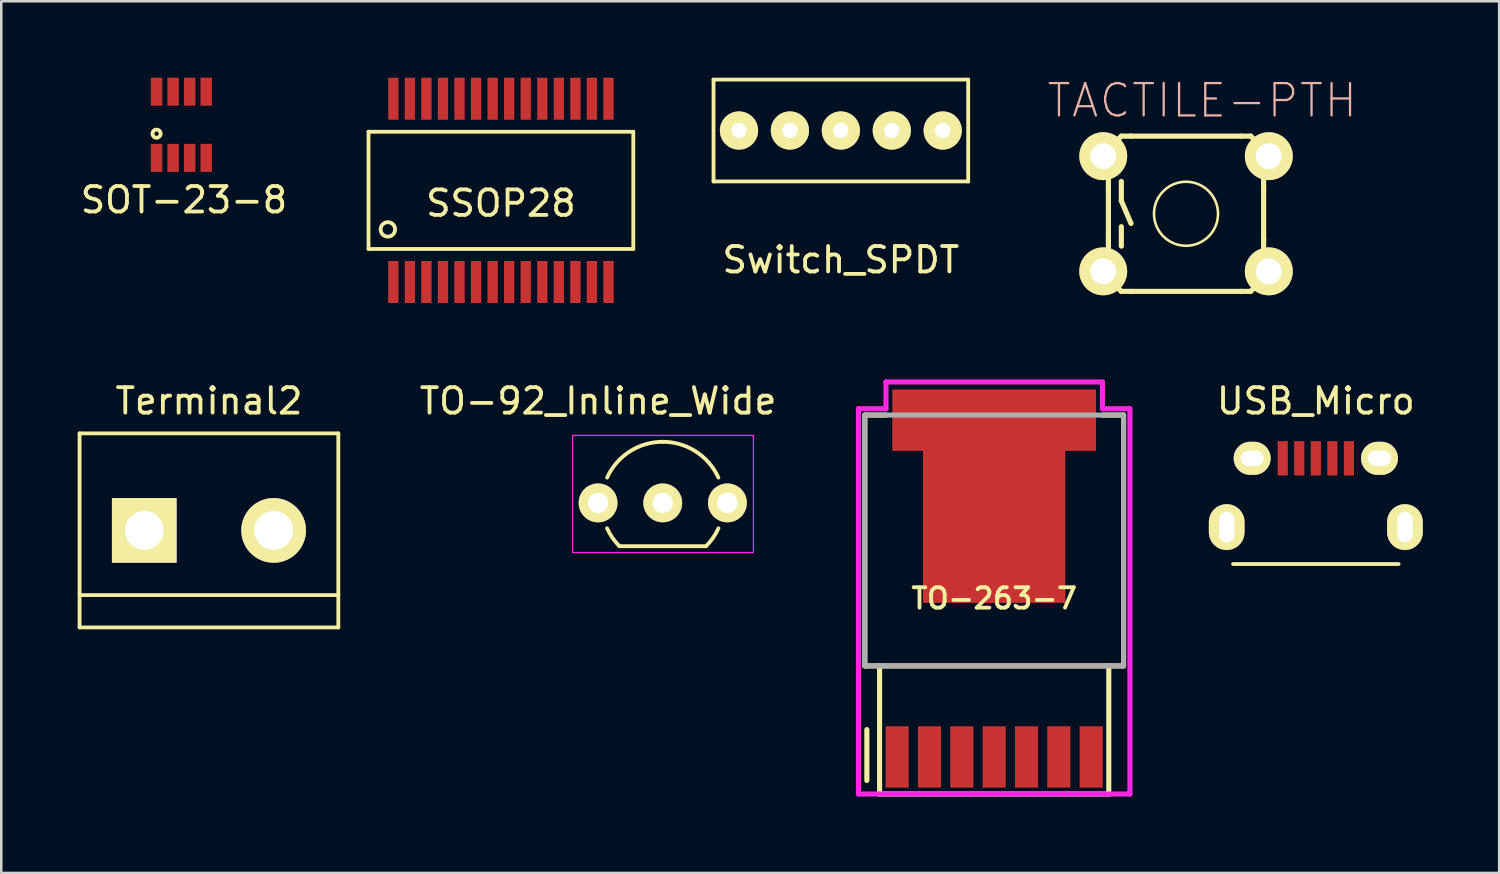
<source format=kicad_pcb>
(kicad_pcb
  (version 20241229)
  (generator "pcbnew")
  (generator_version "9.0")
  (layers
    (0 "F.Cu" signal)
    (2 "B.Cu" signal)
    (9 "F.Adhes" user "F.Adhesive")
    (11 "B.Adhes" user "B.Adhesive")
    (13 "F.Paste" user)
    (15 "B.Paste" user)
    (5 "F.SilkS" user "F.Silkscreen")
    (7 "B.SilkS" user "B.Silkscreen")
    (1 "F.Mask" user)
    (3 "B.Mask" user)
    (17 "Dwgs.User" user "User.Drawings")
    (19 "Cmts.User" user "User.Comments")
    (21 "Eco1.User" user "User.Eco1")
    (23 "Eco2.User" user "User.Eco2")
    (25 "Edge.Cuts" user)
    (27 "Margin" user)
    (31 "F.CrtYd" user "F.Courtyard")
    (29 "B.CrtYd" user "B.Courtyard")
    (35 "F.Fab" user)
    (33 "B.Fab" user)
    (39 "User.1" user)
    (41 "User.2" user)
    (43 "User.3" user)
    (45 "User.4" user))
  (footprint "SSOP28"
    (layer "F.Cu")
    (at 16.62 4.425)
    (property "Reference" "SSOP28" (at 0 0.508 0) (layer "F.SilkS") (effects (font (size 1.001 1.001) (thickness 0.15))))
    (attr smd)
    (fp_line (start -5.199 -2.301) (end 5.199 -2.301) (stroke (width 0.15) (type solid)) (layer "F.SilkS"))
    (fp_line (start -5.199 2.301) (end -5.199 -2.301) (stroke (width 0.15) (type solid)) (layer "F.SilkS"))
    (fp_line (start 5.199 -2.301) (end 5.199 2.301) (stroke (width 0.15) (type solid)) (layer "F.SilkS"))
    (fp_line (start 5.199 2.301) (end -5.199 2.301) (stroke (width 0.15) (type solid)) (layer "F.SilkS"))
    (fp_circle (center -4.44 1.534) (end -4.567 1.788) (stroke (width 0.15) (type solid)) (fill no) (layer "F.SilkS"))
    (pad "1" smd rect (at -4.224 3.599) (size 0.406 1.651) (layers "F.Cu" "F.Mask" "F.Paste"))
    (pad "2" smd rect (at -3.574 3.599) (size 0.406 1.651) (layers "F.Cu" "F.Mask" "F.Paste"))
    (pad "3" smd rect (at -2.926 3.599) (size 0.406 1.651) (layers "F.Cu" "F.Mask" "F.Paste"))
    (pad "4" smd rect (at -2.276 3.599) (size 0.406 1.651) (layers "F.Cu" "F.Mask" "F.Paste"))
    (pad "5" smd rect (at -1.626 3.599) (size 0.406 1.651) (layers "F.Cu" "F.Mask" "F.Paste"))
    (pad "6" smd rect (at -0.975 3.599) (size 0.406 1.651) (layers "F.Cu" "F.Mask" "F.Paste"))
    (pad "7" smd rect (at -0.325 3.599) (size 0.406 1.651) (layers "F.Cu" "F.Mask" "F.Paste"))
    (pad "8" smd rect (at 0.325 3.599) (size 0.406 1.651) (layers "F.Cu" "F.Mask" "F.Paste"))
    (pad "9" smd rect (at 0.975 3.599) (size 0.406 1.651) (layers "F.Cu" "F.Mask" "F.Paste"))
    (pad "10" smd rect (at 1.626 3.599) (size 0.406 1.651) (layers "F.Cu" "F.Mask" "F.Paste"))
    (pad "11" smd rect (at 2.276 3.599) (size 0.406 1.651) (layers "F.Cu" "F.Mask" "F.Paste"))
    (pad "12" smd rect (at 2.926 3.599) (size 0.406 1.651) (layers "F.Cu" "F.Mask" "F.Paste"))
    (pad "13" smd rect (at 3.574 3.599) (size 0.406 1.651) (layers "F.Cu" "F.Mask" "F.Paste"))
    (pad "14" smd rect (at 4.224 3.599) (size 0.406 1.651) (layers "F.Cu" "F.Mask" "F.Paste"))
    (pad "15" smd rect (at 4.224 -3.599) (size 0.406 1.651) (layers "F.Cu" "F.Mask" "F.Paste"))
    (pad "16" smd rect (at 3.574 -3.599) (size 0.406 1.651) (layers "F.Cu" "F.Mask" "F.Paste"))
    (pad "17" smd rect (at 2.926 -3.599) (size 0.406 1.651) (layers "F.Cu" "F.Mask" "F.Paste"))
    (pad "18" smd rect (at 2.276 -3.599) (size 0.406 1.651) (layers "F.Cu" "F.Mask" "F.Paste"))
    (pad "19" smd rect (at 1.626 -3.599) (size 0.406 1.651) (layers "F.Cu" "F.Mask" "F.Paste"))
    (pad "20" smd rect (at 0.975 -3.599) (size 0.406 1.651) (layers "F.Cu" "F.Mask" "F.Paste"))
    (pad "21" smd rect (at 0.325 -3.599) (size 0.406 1.651) (layers "F.Cu" "F.Mask" "F.Paste"))
    (pad "22" smd rect (at -0.325 -3.599) (size 0.406 1.651) (layers "F.Cu" "F.Mask" "F.Paste"))
    (pad "23" smd rect (at -0.975 -3.599) (size 0.406 1.651) (layers "F.Cu" "F.Mask" "F.Paste"))
    (pad "24" smd rect (at -1.626 -3.599) (size 0.406 1.651) (layers "F.Cu" "F.Mask" "F.Paste"))
    (pad "25" smd rect (at -2.276 -3.599) (size 0.406 1.651) (layers "F.Cu" "F.Mask" "F.Paste"))
    (pad "26" smd rect (at -2.926 -3.599) (size 0.406 1.651) (layers "F.Cu" "F.Mask" "F.Paste"))
    (pad "27" smd rect (at -3.574 -3.599) (size 0.406 1.651) (layers "F.Cu" "F.Mask" "F.Paste"))
    (pad "28" smd rect (at -4.224 -3.599) (size 0.406 1.651) (layers "F.Cu" "F.Mask" "F.Paste")))
  (footprint "SOT-23-8"
    (layer "F.Cu")
    (at 4.073 1.85)
    (property "Reference" "SOT-23-8" (at 0.1 2.95 0) (layer "F.SilkS") (effects (font (size 1 1) (thickness 0.15))))
    (attr through_hole)
    (fp_circle (center -0.975 0.35) (end -1.1 0.25) (stroke (width 0.15) (type solid)) (fill no) (layer "F.SilkS"))
    (pad "1" smd rect (at -0.975 1.3) (size 0.45 1.1) (layers "F.Cu" "F.Mask" "F.Paste"))
    (pad "2" smd rect (at -0.325 1.3) (size 0.45 1.1) (layers "F.Cu" "F.Mask" "F.Paste"))
    (pad "3" smd rect (at 0.325 1.3) (size 0.45 1.1) (layers "F.Cu" "F.Mask" "F.Paste"))
    (pad "4" smd rect (at 0.975 1.3) (size 0.45 1.1) (layers "F.Cu" "F.Mask" "F.Paste"))
    (pad "5" smd rect (at 0.975 -1.3) (size 0.45 1.1) (layers "F.Cu" "F.Mask" "F.Paste"))
    (pad "6" smd rect (at 0.325 -1.3) (size 0.45 1.1) (layers "F.Cu" "F.Mask" "F.Paste"))
    (pad "7" smd rect (at -0.325 -1.3) (size 0.45 1.1) (layers "F.Cu" "F.Mask" "F.Paste"))
    (pad "8" smd rect (at -0.975 -1.3) (size 0.45 1.1) (layers "F.Cu" "F.Mask" "F.Paste")))
  (footprint "TO-92_Inline_Wide"
    (layer "F.Cu")
    (at 20.435 16.698)
    (property "Reference" "TO-92_Inline_Wide" (at 0 -4 180) (layer "F.SilkS") (effects (font (size 1 1) (thickness 0.15))))
    (attr through_hole)
    (fp_line (start 0.84 1.7) (end 4.24 1.7) (stroke (width 0.15) (type solid)) (layer "F.SilkS"))
    (fp_arc (start 0.355121 -0.993127) (mid 1.240675 -2.017858) (end 2.54 -2.4) (stroke (width 0.15) (type solid)) (layer "F.SilkS"))
    (fp_arc (start 0.84 1.7) (mid 0.564627 1.370365) (end 0.352305 0.99699) (stroke (width 0.15) (type solid)) (layer "F.SilkS"))
    (fp_arc (start 2.54 -2.4) (mid 3.839326 -2.017858) (end 4.724879 -0.993127) (stroke (width 0.15) (type solid)) (layer "F.SilkS"))
    (fp_arc (start 4.727695 0.99699) (mid 4.515373 1.370365) (end 4.24 1.7) (stroke (width 0.15) (type solid)) (layer "F.SilkS"))
    (fp_line (start -1 -2.65) (end 6.1 -2.65) (stroke (width 0.05) (type solid)) (layer "F.CrtYd"))
    (fp_line (start -1 1.95) (end -1 -2.65) (stroke (width 0.05) (type solid)) (layer "F.CrtYd"))
    (fp_line (start -1 1.95) (end 6.1 1.95) (stroke (width 0.05) (type solid)) (layer "F.CrtYd"))
    (fp_line (start 6.1 1.95) (end 6.1 -2.65) (stroke (width 0.05) (type solid)) (layer "F.CrtYd"))
    (pad "1" thru_hole circle (at 0 0 90) (size 1.524 1.524) (drill 0.8) (layers "*.Cu" "*.Mask" "F.SilkS"))
    (pad "2" thru_hole circle (at 2.54 0 90) (size 1.524 1.524) (drill 0.8) (layers "*.Cu" "*.Mask" "F.SilkS"))
    (pad "3" thru_hole circle (at 5.08 0 90) (size 1.524 1.524) (drill 0.8) (layers "*.Cu" "*.Mask" "F.SilkS")))
  (footprint "TACTILE-PTH"
    (layer "F.Cu")
    (at 43.523 5.344)
    (property "Reference" "TACTILE-PTH" (at 0.635 -4.445 0) (layer "B.SilkS") (effects (font (size 1.27 1.27) (thickness 0.089))))
    (attr exclude_from_pos_files exclude_from_bom)
    (fp_line (start -3.048 -2.54) (end -3.048 -1.016) (stroke (width 0.203) (type solid)) (layer "F.SilkS"))
    (fp_line (start -3.048 -1.026) (end -3.048 1.016) (stroke (width 0.203) (type solid)) (layer "F.SilkS"))
    (fp_line (start -3.048 2.54) (end -3.048 1.016) (stroke (width 0.203) (type solid)) (layer "F.SilkS"))
    (fp_line (start -2.54 -3.048) (end -3.048 -2.54) (stroke (width 0.203) (type solid)) (layer "F.SilkS"))
    (fp_line (start -2.54 -3.048) (end -2.159 -3.048) (stroke (width 0.203) (type solid)) (layer "F.SilkS"))
    (fp_line (start -2.54 -1.27) (end -2.54 -0.508) (stroke (width 0.203) (type solid)) (layer "F.SilkS"))
    (fp_line (start -2.54 -0.508) (end -2.159 0.381) (stroke (width 0.203) (type solid)) (layer "F.SilkS"))
    (fp_line (start -2.54 0.508) (end -2.54 1.27) (stroke (width 0.203) (type solid)) (layer "F.SilkS"))
    (fp_line (start -2.54 3.048) (end -3.048 2.54) (stroke (width 0.203) (type solid)) (layer "F.SilkS"))
    (fp_line (start -2.54 3.048) (end -2.159 3.048) (stroke (width 0.203) (type solid)) (layer "F.SilkS"))
    (fp_line (start -2.159 3.048) (end 2.159 3.048) (stroke (width 0.203) (type solid)) (layer "F.SilkS"))
    (fp_line (start 2.159 -3.048) (end -2.159 -3.048) (stroke (width 0.203) (type solid)) (layer "F.SilkS"))
    (fp_line (start 2.54 -3.048) (end 2.159 -3.048) (stroke (width 0.203) (type solid)) (layer "F.SilkS"))
    (fp_line (start 2.54 3.048) (end 2.159 3.048) (stroke (width 0.203) (type solid)) (layer "F.SilkS"))
    (fp_line (start 2.54 3.048) (end 3.048 2.54) (stroke (width 0.203) (type solid)) (layer "F.SilkS"))
    (fp_line (start 3.048 -2.54) (end 2.54 -3.048) (stroke (width 0.203) (type solid)) (layer "F.SilkS"))
    (fp_line (start 3.048 -1.016) (end 3.048 -2.54) (stroke (width 0.203) (type solid)) (layer "F.SilkS"))
    (fp_line (start 3.048 -0.996) (end 3.048 1.016) (stroke (width 0.203) (type solid)) (layer "F.SilkS"))
    (fp_line (start 3.048 2.54) (end 3.048 1.016) (stroke (width 0.203) (type solid)) (layer "F.SilkS"))
    (fp_circle (center 0 0) (end -0.889 0.889) (stroke (width 0.102) (type solid)) (fill no) (layer "F.SilkS"))
    (pad "1" thru_hole circle (at -3.251 -2.261) (size 1.88 1.88) (drill 1.016) (layers "*.Cu" "*.Mask" "F.SilkS"))
    (pad "2" thru_hole circle (at 3.251 -2.261) (size 1.88 1.88) (drill 1.016) (layers "*.Cu" "*.Mask" "F.SilkS"))
    (pad "3" thru_hole circle (at -3.251 2.261) (size 1.88 1.88) (drill 1.016) (layers "*.Cu" "*.Mask" "F.SilkS"))
    (pad "4" thru_hole circle (at 3.251 2.261) (size 1.88 1.88) (drill 1.016) (layers "*.Cu" "*.Mask" "F.SilkS")))
  (footprint "USB_Micro"
    (layer "F.Cu")
    (at 48.62 17.648)
    (property "Reference" "USB_Micro" (at 0 -4.95 0) (layer "F.SilkS") (effects (font (size 1 1) (thickness 0.15))))
    (attr through_hole)
    (fp_line (start 3.25 1.45) (end -3.25 1.45) (stroke (width 0.15) (type solid)) (layer "F.SilkS"))
    (pad "1" smd rect (at -1.3 -2.7) (size 0.4 1.35) (layers "F.Cu" "F.Mask" "F.Paste"))
    (pad "2" smd rect (at -0.65 -2.7) (size 0.4 1.35) (layers "F.Cu" "F.Mask" "F.Paste"))
    (pad "3" smd rect (at 0 -2.7) (size 0.4 1.35) (layers "F.Cu" "F.Mask" "F.Paste"))
    (pad "4" smd rect (at 0.65 -2.7) (size 0.4 1.35) (layers "F.Cu" "F.Mask" "F.Paste"))
    (pad "5" smd rect (at 1.3 -2.7) (size 0.4 1.35) (layers "F.Cu" "F.Mask" "F.Paste"))
    (pad "6" thru_hole oval (at -2.5 -2.7) (size 1.45 1.3) (drill oval 0.9 0.6) (layers "*.Cu" "*.Mask" "F.SilkS"))
    (pad "7" thru_hole oval (at 2.5 -2.7) (size 1.45 1.3) (drill oval 0.9 0.6) (layers "*.Cu" "*.Mask" "F.SilkS"))
    (pad "8" thru_hole oval (at -3.5 0) (size 1.4 1.8) (drill oval 0.6 1.2) (layers "*.Cu" "*.Mask" "F.SilkS"))
    (pad "9" thru_hole oval (at 3.5 0) (size 1.4 1.8) (drill oval 0.6 1.2) (layers "*.Cu" "*.Mask" "F.SilkS")))
  (footprint "Terminal2"
    (layer "F.Cu")
    (at 5.155 17.778)
    (property "Reference" "Terminal2" (at 0 -5.08 0) (layer "F.SilkS") (effects (font (size 1 1) (thickness 0.15))))
    (attr through_hole)
    (fp_line (start -5.08 -3.81) (end -5.08 3.81) (stroke (width 0.15) (type solid)) (layer "F.SilkS"))
    (fp_line (start -5.08 3.81) (end 5.08 3.81) (stroke (width 0.15) (type solid)) (layer "F.SilkS"))
    (fp_line (start 5.08 -3.81) (end -5.08 -3.81) (stroke (width 0.15) (type solid)) (layer "F.SilkS"))
    (fp_line (start 5.08 2.54) (end -5.08 2.54) (stroke (width 0.15) (type solid)) (layer "F.SilkS"))
    (fp_line (start 5.08 3.81) (end 5.08 -3.81) (stroke (width 0.15) (type solid)) (layer "F.SilkS"))
    (pad "1" thru_hole rect (at -2.54 0) (size 2.54 2.54) (drill 1.524) (layers "*.Cu" "*.Mask" "F.SilkS"))
    (pad "2" thru_hole circle (at 2.54 0) (size 2.54 2.54) (drill 1.524) (layers "*.Cu" "*.Mask" "F.SilkS")))
  (footprint "TO-263-7"
    (layer "F.Cu")
    (at 35.99 20.449)
    (property "Reference" "TO-263-7" (at 0 0 0) (layer "F.SilkS") (effects (font (size 0.8 0.8) (thickness 0.15))))
    (attr through_hole)
    (fp_line (start -5.08 -7.2) (end -4.25 -7.2) (stroke (width 0.2) (type solid)) (layer "F.SilkS"))
    (fp_line (start -5.08 2.65) (end -5.08 -7.2) (stroke (width 0.2) (type solid)) (layer "F.SilkS"))
    (fp_line (start -5 7.15) (end -5 5.15) (stroke (width 0.2) (type solid)) (layer "F.SilkS"))
    (fp_line (start -4.5 2.65) (end -4.5 7.68) (stroke (width 0.2) (type solid)) (layer "F.SilkS"))
    (fp_line (start -4.5 7.68) (end 4.5 7.68) (stroke (width 0.2) (type solid)) (layer "F.SilkS"))
    (fp_line (start 4.25 -7.2) (end 5.08 -7.2) (stroke (width 0.2) (type solid)) (layer "F.SilkS"))
    (fp_line (start 4.5 7.68) (end 4.5 2.65) (stroke (width 0.2) (type solid)) (layer "F.SilkS"))
    (fp_line (start 5.08 -7.2) (end 5.08 2.65) (stroke (width 0.2) (type solid)) (layer "F.SilkS"))
    (fp_line (start 5.08 2.65) (end -5.08 2.65) (stroke (width 0.2) (type solid)) (layer "F.SilkS"))
    (fp_line (start -5.33 -7.45) (end -4.25 -7.45) (stroke (width 0.2) (type solid)) (layer "F.CrtYd"))
    (fp_line (start -5.33 7.68) (end -5.33 -7.45) (stroke (width 0.2) (type solid)) (layer "F.CrtYd"))
    (fp_line (start -4.25 -8.5) (end -4.25 -7.45) (stroke (width 0.2) (type solid)) (layer "F.CrtYd"))
    (fp_line (start 4.25 -8.5) (end -4.25 -8.5) (stroke (width 0.2) (type solid)) (layer "F.CrtYd"))
    (fp_line (start 4.25 -7.45) (end 4.25 -8.5) (stroke (width 0.2) (type solid)) (layer "F.CrtYd"))
    (fp_line (start 4.25 -7.45) (end 5.33 -7.45) (stroke (width 0.2) (type solid)) (layer "F.CrtYd"))
    (fp_line (start 5.33 -7.45) (end 5.33 7.68) (stroke (width 0.2) (type solid)) (layer "F.CrtYd"))
    (fp_line (start 5.33 7.68) (end -5.33 7.68) (stroke (width 0.2) (type solid)) (layer "F.CrtYd"))
    (fp_line (start -5.08 -7.2) (end 5.08 -7.2) (stroke (width 0.2) (type solid)) (layer "F.Fab"))
    (fp_line (start -5.08 2.65) (end -5.08 -7.2) (stroke (width 0.2) (type solid)) (layer "F.Fab"))
    (fp_line (start 5.08 -7.2) (end 5.08 2.65) (stroke (width 0.2) (type solid)) (layer "F.Fab"))
    (fp_line (start 5.08 2.65) (end -5.08 2.65) (stroke (width 0.2) (type solid)) (layer "F.Fab"))
    (pad "1" smd rect (at -3.81 6.225) (size 0.91 2.41) (layers "F.Cu" "F.Mask" "F.Paste"))
    (pad "2" smd rect (at -2.54 6.225) (size 0.91 2.41) (layers "F.Cu" "F.Mask" "F.Paste"))
    (pad "3" smd rect (at -1.27 6.225) (size 0.91 2.41) (layers "F.Cu" "F.Mask" "F.Paste"))
    (pad "4" smd rect (at 0 6.225) (size 0.91 2.41) (layers "F.Cu" "F.Mask" "F.Paste"))
    (pad "5" smd rect (at 1.27 6.225) (size 0.91 2.41) (layers "F.Cu" "F.Mask" "F.Paste"))
    (pad "6" smd rect (at 2.54 6.225) (size 0.91 2.41) (layers "F.Cu" "F.Mask" "F.Paste"))
    (pad "7" smd rect (at 3.81 6.225) (size 0.91 2.41) (layers "F.Cu" "F.Mask" "F.Paste"))
    (pad "8" smd rect (at 0 -7) (size 8 2.41) (layers "F.Cu" "F.Mask" "F.Paste"))
    (pad "8" smd rect (at 0 -3) (size 5.59 6.35) (layers "F.Cu" "F.Mask" "F.Paste")))
  (footprint "Switch_SPDT"
    (layer "F.Cu")
    (at 29.969 2.075)
    (property "Reference" "Switch_SPDT" (at 0 5.08 0) (layer "F.SilkS") (effects (font (size 1 1) (thickness 0.15))))
    (attr through_hole)
    (fp_line (start -5 -2) (end -5 2) (stroke (width 0.15) (type solid)) (layer "F.SilkS"))
    (fp_line (start -5 2) (end 5 2) (stroke (width 0.15) (type solid)) (layer "F.SilkS"))
    (fp_line (start 5 -2) (end -5 -2) (stroke (width 0.15) (type solid)) (layer "F.SilkS"))
    (fp_line (start 5 2) (end 5 -2) (stroke (width 0.15) (type solid)) (layer "F.SilkS"))
    (pad "1" thru_hole circle (at -2 0) (size 1.5 1.5) (drill 0.6) (layers "*.Cu" "*.Mask" "F.SilkS"))
    (pad "2" thru_hole circle (at 0 0) (size 1.5 1.5) (drill 0.6) (layers "*.Cu" "*.Mask" "F.SilkS"))
    (pad "3" thru_hole circle (at 2 0) (size 1.5 1.5) (drill 0.6) (layers "*.Cu" "*.Mask" "F.SilkS"))
    (pad "4" thru_hole circle (at -4 0) (size 1.5 1.5) (drill 0.6) (layers "*.Cu" "*.Mask" "F.SilkS"))
    (pad "5" thru_hole circle (at 4 0) (size 1.5 1.5) (drill 0.6) (layers "*.Cu" "*.Mask" "F.SilkS")))
  (gr_rect
    (start -3 -3)
    (end 55.82 31.229)
    (stroke (width 0.1) (type default))
    (fill no)
    (layer "Edge.Cuts")))
</source>
